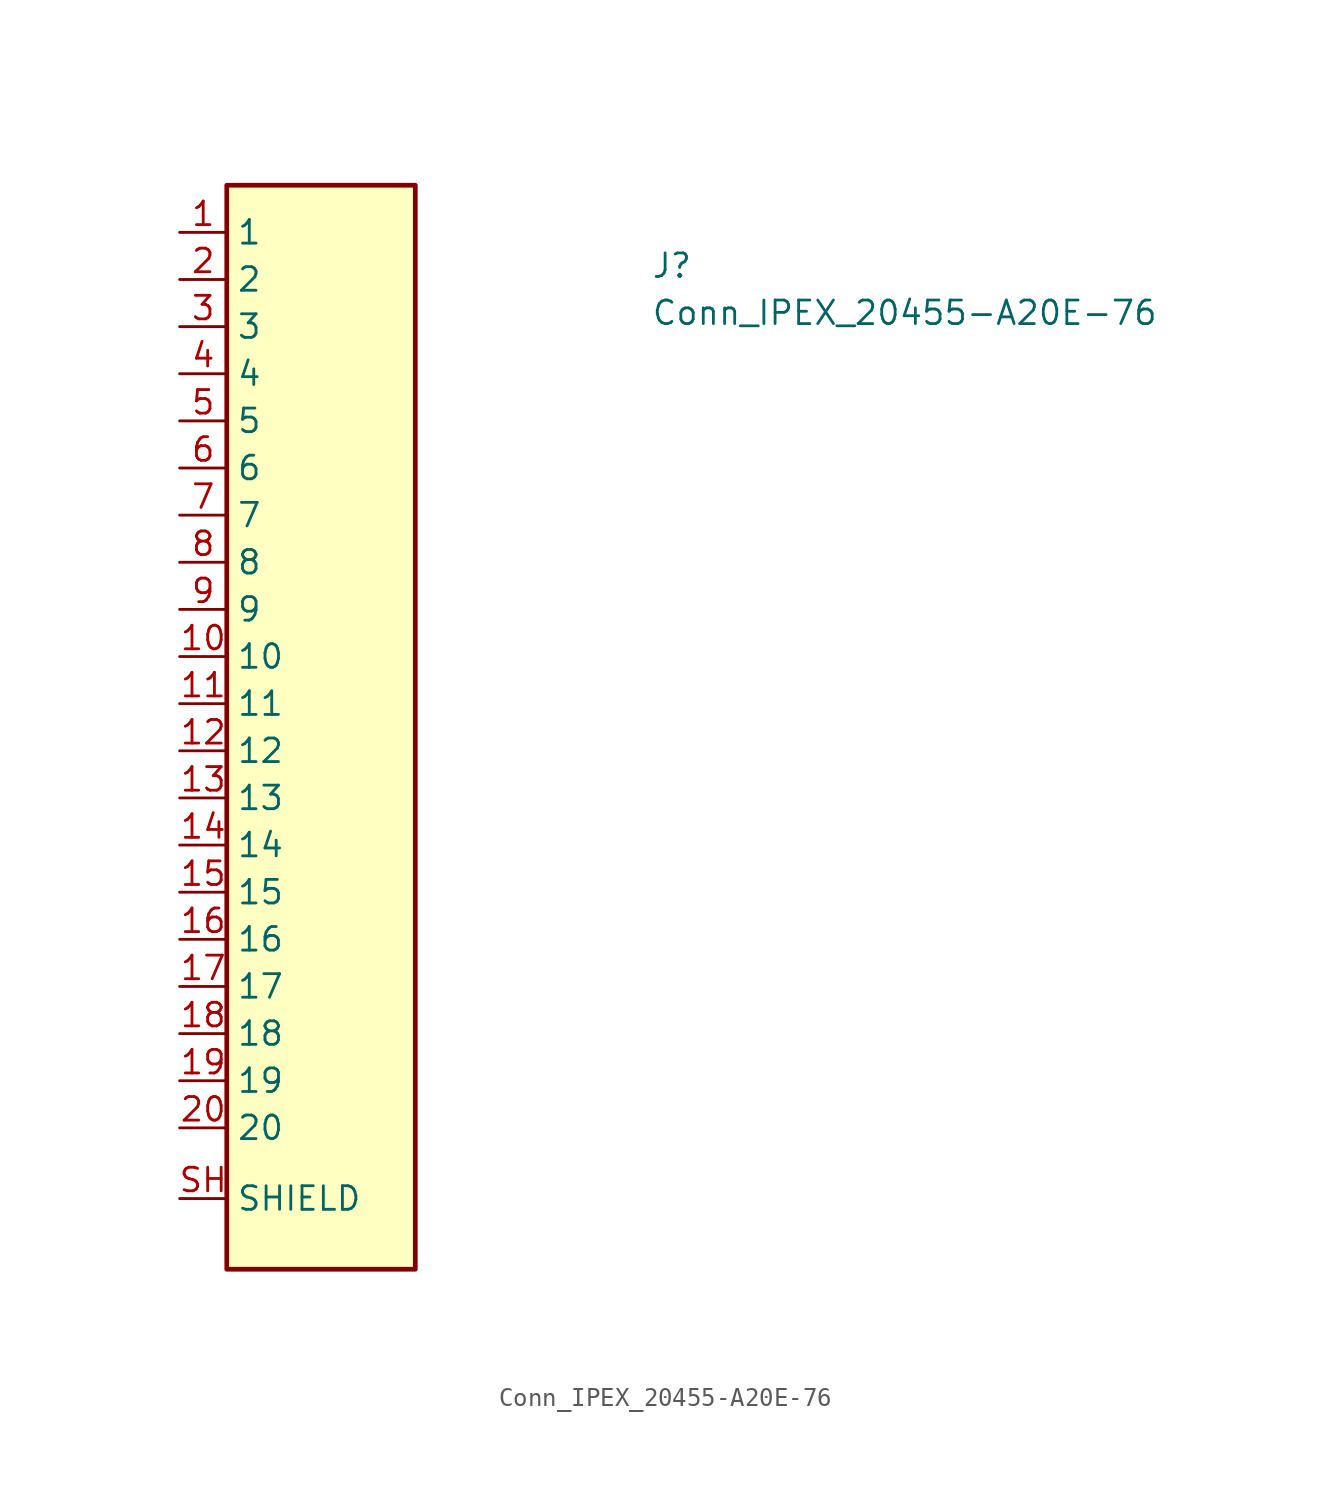
<source format=kicad_sym>
(kicad_symbol_lib
  (version 20211014)
  (generator kicad_symbol_editor)
  (symbol "Conn_IPEX_20455-A20E-76"
    (property "Reference" "J"
      (at 25.4 -2.54 0)
      (effects (font (size 1.27 1.27) (thickness 0.15)) (justify left bottom)))
    (property "Value" "Conn_IPEX_20455-A20E-76"
      (at 25.4 -5.08 0)
      (effects (font (size 1.27 1.27) (thickness 0.15)) (justify left bottom)))
    (symbol "Conn_IPEX_20455-A20E-76_1_1"
      (rectangle (start 2.54 -55.88) (end 12.7 2.54) (stroke (width 0.254) (type default) (color 0 0 0 0)) (fill (type background)))
      (pin passive line (at 0 0 0) (length 2.54) (name "1" (effects (font (size 1.27 1.27)))) (number "1" (effects (font (size 1.27 1.27)))))
      (pin passive line (at 0 -22.86 0) (length 2.54) (name "10" (effects (font (size 1.27 1.27)))) (number "10" (effects (font (size 1.27 1.27)))))
      (pin passive line (at 0 -25.4 0) (length 2.54) (name "11" (effects (font (size 1.27 1.27)))) (number "11" (effects (font (size 1.27 1.27)))))
      (pin passive line (at 0 -27.94 0) (length 2.54) (name "12" (effects (font (size 1.27 1.27)))) (number "12" (effects (font (size 1.27 1.27)))))
      (pin passive line (at 0 -30.48 0) (length 2.54) (name "13" (effects (font (size 1.27 1.27)))) (number "13" (effects (font (size 1.27 1.27)))))
      (pin passive line (at 0 -33.02 0) (length 2.54) (name "14" (effects (font (size 1.27 1.27)))) (number "14" (effects (font (size 1.27 1.27)))))
      (pin passive line (at 0 -35.56 0) (length 2.54) (name "15" (effects (font (size 1.27 1.27)))) (number "15" (effects (font (size 1.27 1.27)))))
      (pin passive line (at 0 -38.1 0) (length 2.54) (name "16" (effects (font (size 1.27 1.27)))) (number "16" (effects (font (size 1.27 1.27)))))
      (pin passive line (at 0 -40.64 0) (length 2.54) (name "17" (effects (font (size 1.27 1.27)))) (number "17" (effects (font (size 1.27 1.27)))))
      (pin passive line (at 0 -43.18 0) (length 2.54) (name "18" (effects (font (size 1.27 1.27)))) (number "18" (effects (font (size 1.27 1.27)))))
      (pin passive line (at 0 -45.72 0) (length 2.54) (name "19" (effects (font (size 1.27 1.27)))) (number "19" (effects (font (size 1.27 1.27)))))
      (pin passive line (at 0 -2.54 0) (length 2.54) (name "2" (effects (font (size 1.27 1.27)))) (number "2" (effects (font (size 1.27 1.27)))))
      (pin passive line (at 0 -48.26 0) (length 2.54) (name "20" (effects (font (size 1.27 1.27)))) (number "20" (effects (font (size 1.27 1.27)))))
      (pin passive line (at 0 -5.08 0) (length 2.54) (name "3" (effects (font (size 1.27 1.27)))) (number "3" (effects (font (size 1.27 1.27)))))
      (pin passive line (at 0 -7.62 0) (length 2.54) (name "4" (effects (font (size 1.27 1.27)))) (number "4" (effects (font (size 1.27 1.27)))))
      (pin passive line (at 0 -10.16 0) (length 2.54) (name "5" (effects (font (size 1.27 1.27)))) (number "5" (effects (font (size 1.27 1.27)))))
      (pin passive line (at 0 -12.7 0) (length 2.54) (name "6" (effects (font (size 1.27 1.27)))) (number "6" (effects (font (size 1.27 1.27)))))
      (pin passive line (at 0 -15.24 0) (length 2.54) (name "7" (effects (font (size 1.27 1.27)))) (number "7" (effects (font (size 1.27 1.27)))))
      (pin passive line (at 0 -17.78 0) (length 2.54) (name "8" (effects (font (size 1.27 1.27)))) (number "8" (effects (font (size 1.27 1.27)))))
      (pin passive line (at 0 -20.32 0) (length 2.54) (name "9" (effects (font (size 1.27 1.27)))) (number "9" (effects (font (size 1.27 1.27)))))
      (pin passive line (at 0 -52.07 0) (length 2.54) (name "SHIELD" (effects (font (size 1.27 1.27)))) (number "SH" (effects (font (size 1.27 1.27)))))
      (pin passive line (at 0 -52.07 0) (length 2.54) hide (name "SHIELD" (effects (font (size 1.27 1.27)))) (number "SH" (effects (font (size 1.27 1.27)))))
      (pin passive line (at 0 -52.07 0) (length 2.54) hide (name "SHIELD" (effects (font (size 1.27 1.27)))) (number "SH" (effects (font (size 1.27 1.27)))))
      (pin passive line (at 0 -52.07 0) (length 2.54) hide (name "SHIELD" (effects (font (size 1.27 1.27)))) (number "SH" (effects (font (size 1.27 1.27)))))
      (pin passive line (at 0 -52.07 0) (length 2.54) hide (name "SHIELD" (effects (font (size 1.27 1.27)))) (number "SH" (effects (font (size 1.27 1.27)))))
      (pin passive line (at 0 -52.07 0) (length 2.54) hide (name "SHIELD" (effects (font (size 1.27 1.27)))) (number "SH" (effects (font (size 1.27 1.27))))))))
</source>
